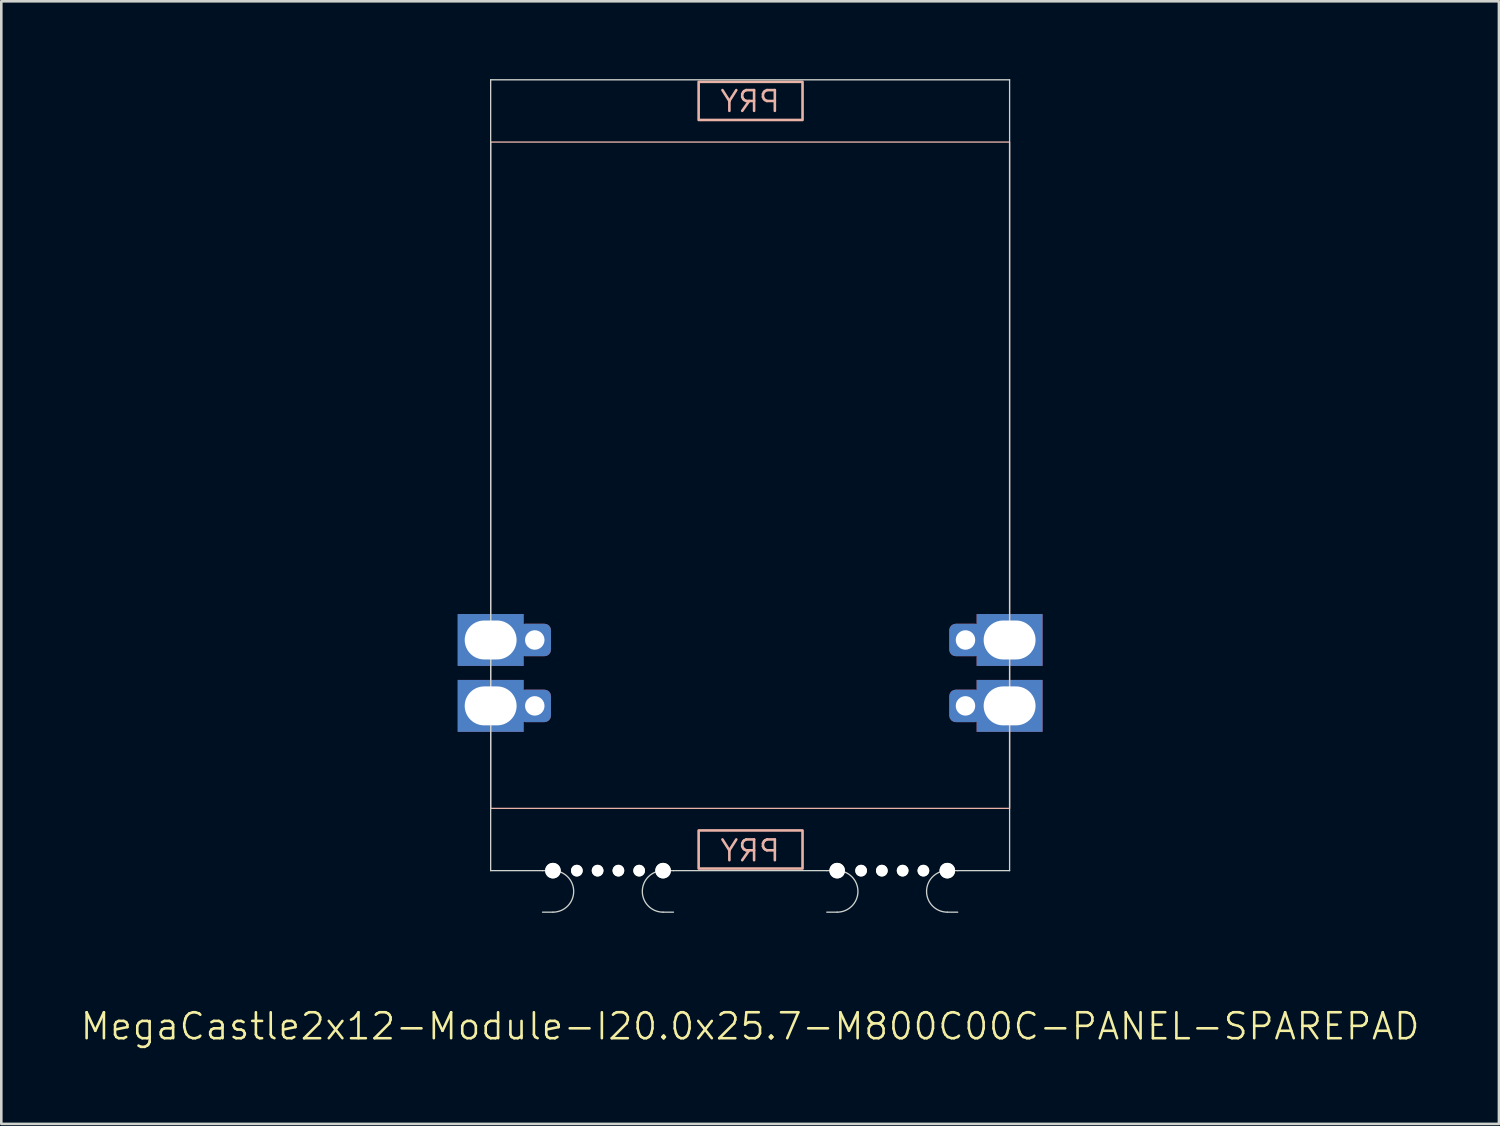
<source format=kicad_pcb>
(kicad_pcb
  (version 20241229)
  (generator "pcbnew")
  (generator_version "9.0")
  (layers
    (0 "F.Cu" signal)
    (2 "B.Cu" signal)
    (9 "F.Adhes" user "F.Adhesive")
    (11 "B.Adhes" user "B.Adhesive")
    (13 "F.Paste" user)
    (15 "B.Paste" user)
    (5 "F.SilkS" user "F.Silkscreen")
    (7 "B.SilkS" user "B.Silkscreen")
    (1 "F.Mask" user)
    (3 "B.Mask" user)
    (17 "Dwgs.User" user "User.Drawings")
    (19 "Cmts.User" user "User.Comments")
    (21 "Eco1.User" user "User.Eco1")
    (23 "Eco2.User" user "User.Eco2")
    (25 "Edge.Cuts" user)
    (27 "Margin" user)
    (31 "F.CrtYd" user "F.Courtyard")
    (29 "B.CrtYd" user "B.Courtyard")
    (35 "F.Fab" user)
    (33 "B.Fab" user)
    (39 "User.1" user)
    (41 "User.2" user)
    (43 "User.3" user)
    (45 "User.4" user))
  (footprint "MegaCastle2x12-Module-I20.0x25.7-M800C00C-PANEL-SPAREPAD"
    (layer "F.Cu")
    (at 25.86 15.265)
    (property "Reference" "MegaCastle2x12-Module-I20.0x25.7-M800C00C-PANEL-SPAREPAD" (at 0 21.24 0) (unlocked yes) (layer "F.SilkS") (effects (font (size 1 1) (thickness 0.1))))
    (attr smd)
    (fp_rect (start -10 12.84) (end 10 -12.84) (stroke (width 0.05) (type default)) (fill no) (layer "B.SilkS"))
    (fp_rect (start -1.984 -13.691) (end 2.02 -15.16) (stroke (width 0.1) (type default)) (fill no) (layer "B.SilkS"))
    (fp_rect (start -1.984 13.691) (end 2.02 15.16) (stroke (width 0.1) (type default)) (fill no) (layer "B.SilkS"))
    (fp_line (start -10 -15.24) (end -10 15.24) (stroke (width 0.05) (type default)) (layer "Edge.Cuts"))
    (fp_line (start -10 -15.24) (end 10 -15.24) (stroke (width 0.05) (type default)) (layer "Edge.Cuts"))
    (fp_line (start -10 15.24) (end -8 15.24) (stroke (width 0.05) (type default)) (layer "Edge.Cuts"))
    (fp_line (start -8 15.24) (end -7.6 15.24) (stroke (width 0.05) (type default)) (layer "Edge.Cuts"))
    (fp_line (start -8 16.84) (end -7.6 16.84) (stroke (width 0.05) (type default)) (layer "Edge.Cuts"))
    (fp_line (start -2.955 15.24) (end -3.355 15.24) (stroke (width 0.05) (type default)) (layer "Edge.Cuts"))
    (fp_line (start -2.955 15.24) (end 2.955 15.24) (stroke (width 0.05) (type default)) (layer "Edge.Cuts"))
    (fp_line (start -2.955 16.84) (end -3.355 16.84) (stroke (width 0.05) (type default)) (layer "Edge.Cuts"))
    (fp_line (start 2.955 15.24) (end 3.355 15.24) (stroke (width 0.05) (type default)) (layer "Edge.Cuts"))
    (fp_line (start 2.955 16.84) (end 3.355 16.84) (stroke (width 0.05) (type default)) (layer "Edge.Cuts"))
    (fp_line (start 8 15.24) (end 7.6 15.24) (stroke (width 0.05) (type default)) (layer "Edge.Cuts"))
    (fp_line (start 8 15.24) (end 10 15.24) (stroke (width 0.05) (type default)) (layer "Edge.Cuts"))
    (fp_line (start 8 16.84) (end 7.6 16.84) (stroke (width 0.05) (type default)) (layer "Edge.Cuts"))
    (fp_line (start 10 -15.24) (end 10 15.24) (stroke (width 0.05) (type default)) (layer "Edge.Cuts"))
    (fp_arc (start -7.6 15.24) (mid -6.8 16.040001) (end -7.6 16.84) (stroke (width 0.05) (type default)) (layer "Edge.Cuts"))
    (fp_arc (start -3.355 16.84) (mid -4.155 16.04) (end -3.355 15.24) (stroke (width 0.05) (type default)) (layer "Edge.Cuts"))
    (fp_arc (start 3.355 15.24) (mid 4.155 16.040001) (end 3.355 16.84) (stroke (width 0.05) (type default)) (layer "Edge.Cuts"))
    (fp_arc (start 7.6 16.84) (mid 6.8 16.04) (end 7.6 15.24) (stroke (width 0.05) (type default)) (layer "Edge.Cuts"))
    (fp_text user "PRY" (at 0 14.94 0) (unlocked yes) (layer "B.SilkS") (effects (font (size 0.8 0.8) (thickness 0.1)) (justify bottom mirror)))
    (fp_text user "PRY" (at 0 -13.94 0) (unlocked yes) (layer "B.SilkS") (effects (font (size 0.8 0.8) (thickness 0.1)) (justify bottom mirror)))
    (pad "" np_thru_hole circle (at -7.6 15.24) (size 0.6 0.6) (drill 0.6) (layers "*.Cu" "Edge.Cuts"))
    (pad "" np_thru_hole circle (at -6.678 15.24) (size 0.45 0.45) (drill 0.45) (layers "*.Cu" "Edge.Cuts"))
    (pad "" np_thru_hole circle (at -5.878 15.24) (size 0.45 0.45) (drill 0.45) (layers "*.Cu" "Edge.Cuts"))
    (pad "" np_thru_hole circle (at -5.077 15.24) (size 0.45 0.45) (drill 0.45) (layers "*.Cu" "Edge.Cuts"))
    (pad "" np_thru_hole circle (at -4.277 15.24) (size 0.45 0.45) (drill 0.45) (layers "*.Cu" "Edge.Cuts"))
    (pad "" np_thru_hole circle (at -3.355 15.24) (size 0.6 0.6) (drill 0.6) (layers "*.Cu" "Edge.Cuts"))
    (pad "" np_thru_hole circle (at 3.355 15.24) (size 0.6 0.6) (drill 0.6) (layers "*.Cu" "Edge.Cuts"))
    (pad "" np_thru_hole circle (at 4.277 15.24) (size 0.45 0.45) (drill 0.45) (layers "*.Cu" "Edge.Cuts"))
    (pad "" np_thru_hole circle (at 5.077 15.24) (size 0.45 0.45) (drill 0.45) (layers "*.Cu" "Edge.Cuts"))
    (pad "" np_thru_hole circle (at 5.878 15.24) (size 0.45 0.45) (drill 0.45) (layers "*.Cu" "Edge.Cuts"))
    (pad "" np_thru_hole circle (at 6.678 15.24) (size 0.45 0.45) (drill 0.45) (layers "*.Cu" "Edge.Cuts"))
    (pad "" np_thru_hole circle (at 7.6 15.24) (size 0.6 0.6) (drill 0.6) (layers "*.Cu" "Edge.Cuts"))
    (pad "9" thru_hole rect (at -10 6.35) (size 2.54 2) (drill oval 2 1.5) (property pad_prop_castellated) (layers "*.Cu" "*.Mask"))
    (pad "9" thru_hole roundrect (at -8.3 6.35 180) (size 1.25 1.25) (drill 0.75) (layers "*.Cu" "*.Mask") (roundrect_rratio 0.2))
    (pad "10" thru_hole rect (at -10 8.89) (size 2.54 2) (drill oval 2 1.5) (property pad_prop_castellated) (layers "*.Cu" "*.Mask"))
    (pad "10" thru_hole roundrect (at -8.3 8.89 180) (size 1.25 1.25) (drill 0.75) (layers "*.Cu" "*.Mask") (roundrect_rratio 0.2))
    (pad "21" thru_hole roundrect (at 8.3 6.35 180) (size 1.25 1.25) (drill 0.75) (layers "*.Cu" "*.Mask") (roundrect_rratio 0.2))
    (pad "21" thru_hole rect (at 10 6.35) (size 2.54 2) (drill oval 2 1.5) (property pad_prop_castellated) (layers "*.Cu" "*.Mask"))
    (pad "22" thru_hole roundrect (at 8.3 8.89 180) (size 1.25 1.25) (drill 0.75) (layers "*.Cu" "*.Mask") (roundrect_rratio 0.2))
    (pad "22" thru_hole rect (at 10 8.89) (size 2.54 2) (drill oval 2 1.5) (property pad_prop_castellated) (layers "*.Cu" "*.Mask"))
    (zone (net_name "") (layer "B.Cu") (hatch edge 0.5) (connect_pads) (min_thickness 0.25) (filled_areas_thickness no) (keepout (tracks allowed) (vias allowed) (pads allowed) (copperpour allowed) (footprints not_allowed)) (placement (enabled no)) (fill) (polygon (pts (xy 15.86 30.505) (xy 15.86 0.025))))
    (zone (net_name "") (layer "B.Cu") (hatch edge 0.5) (connect_pads) (min_thickness 0.25) (filled_areas_thickness no) (keepout (tracks allowed) (vias allowed) (pads allowed) (copperpour allowed) (footprints not_allowed)) (placement (enabled no)) (fill) (polygon (pts (xy 35.86 30.505) (xy 35.86 0.025))))
    (zone (net_name "") (layer "B.Cu") (hatch edge 0.5) (connect_pads) (min_thickness 0.25) (filled_areas_thickness no) (keepout (tracks allowed) (vias allowed) (pads allowed) (copperpour allowed) (footprints not_allowed)) (placement (enabled no)) (fill) (polygon (pts (xy 15.86 0.025) (xy 15.86 2.425) (xy 35.86 2.425) (xy 35.86 0.025))))
    (zone (net_name "") (layer "B.Cu") (hatch edge 0.5) (connect_pads) (min_thickness 0.25) (filled_areas_thickness no) (keepout (tracks allowed) (vias allowed) (pads allowed) (copperpour allowed) (footprints not_allowed)) (placement (enabled no)) (fill) (polygon (pts (xy 15.86 30.505) (xy 15.86 28.105) (xy 35.86 28.105) (xy 35.86 30.505))))
    (zone (net_name "") (layer "B.Cu") (name "Upper Pry Zone") (hatch edge 0.5) (connect_pads) (min_thickness 0.25) (filled_areas_thickness no) (keepout (tracks not_allowed) (vias not_allowed) (pads not_allowed) (copperpour allowed) (footprints not_allowed)) (placement (enabled no)) (fill) (polygon (pts (xy 23.875 1.574) (xy 23.875 0.105) (xy 27.879 0.105) (xy 27.879 1.574))))
    (zone (net_name "") (layer "B.Cu") (name "Upper Pry Zone") (hatch edge 0.5) (connect_pads) (min_thickness 0.25) (filled_areas_thickness no) (keepout (tracks not_allowed) (vias not_allowed) (pads not_allowed) (copperpour allowed) (footprints not_allowed)) (placement (enabled no)) (fill) (polygon (pts (xy 23.875 28.956) (xy 23.875 30.425) (xy 27.879 30.425) (xy 27.879 28.956)))))
  (gr_rect
    (start -3 -3)
    (end 54.719 40.266)
    (stroke (width 0.1) (type default))
    (fill no)
    (layer "Edge.Cuts")))
</source>
